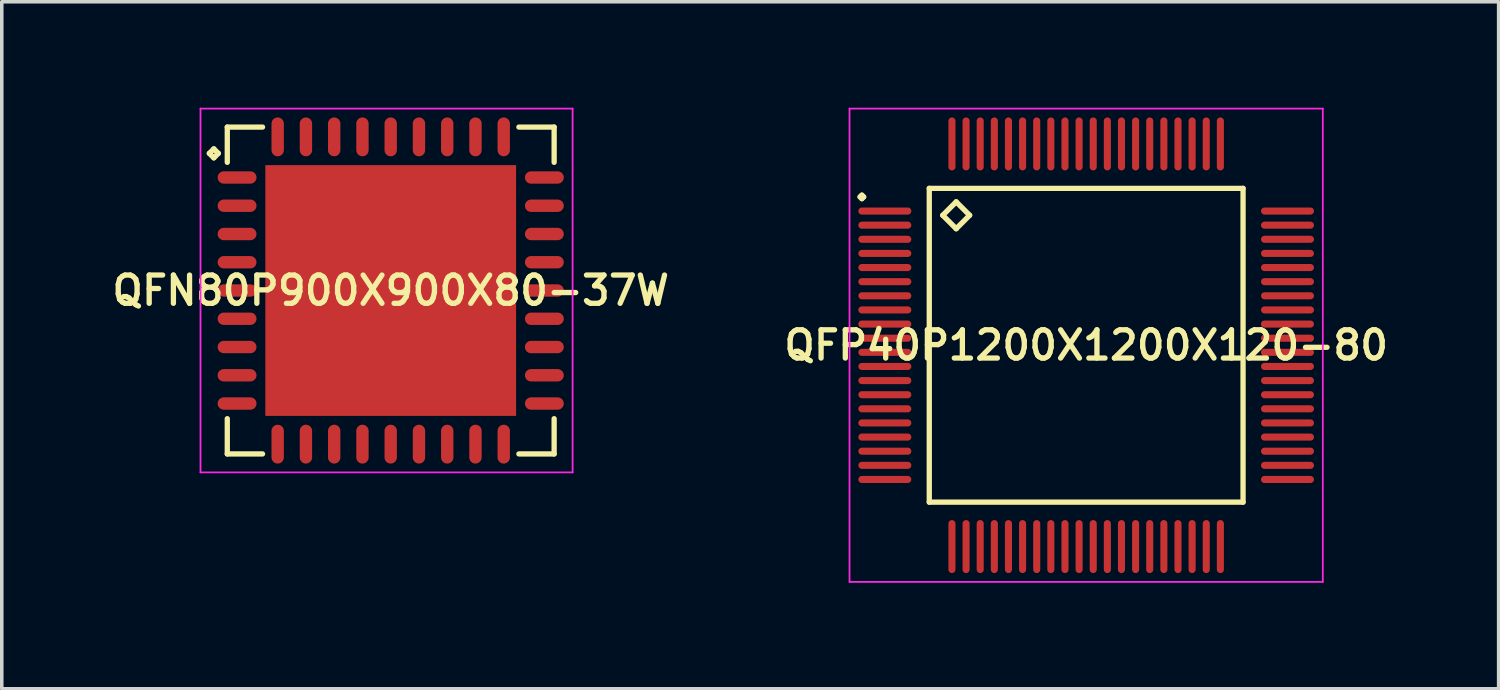
<source format=kicad_pcb>
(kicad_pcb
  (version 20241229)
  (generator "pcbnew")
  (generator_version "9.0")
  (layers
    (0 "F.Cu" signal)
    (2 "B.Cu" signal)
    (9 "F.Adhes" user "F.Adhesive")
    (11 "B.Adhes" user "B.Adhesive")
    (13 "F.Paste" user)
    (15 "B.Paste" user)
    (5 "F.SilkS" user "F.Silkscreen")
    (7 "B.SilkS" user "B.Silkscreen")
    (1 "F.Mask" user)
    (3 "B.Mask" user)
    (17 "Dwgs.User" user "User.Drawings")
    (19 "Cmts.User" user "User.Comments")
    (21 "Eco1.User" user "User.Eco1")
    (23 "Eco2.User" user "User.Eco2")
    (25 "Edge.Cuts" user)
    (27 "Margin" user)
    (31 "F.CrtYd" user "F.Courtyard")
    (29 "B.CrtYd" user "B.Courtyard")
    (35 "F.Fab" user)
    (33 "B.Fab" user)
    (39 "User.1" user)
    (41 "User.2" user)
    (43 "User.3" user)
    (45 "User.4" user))
  (footprint "QFN80P900X900X80-37W"
    (layer "F.Cu")
    (at 8.012 5.175)
    (property "Reference" "QFN80P900X900X80-37W" (at 0 0 0) (layer "F.SilkS") (effects (font (size 0.8 0.8) (thickness 0.15))))
    (attr smd)
    (fp_line (start -5.135 -3.883) (end -5.008 -4.01) (stroke (width 0.15) (type solid)) (layer "F.SilkS"))
    (fp_line (start -5.008 -4.01) (end -4.881 -3.883) (stroke (width 0.15) (type solid)) (layer "F.SilkS"))
    (fp_line (start -5.008 -3.756) (end -5.135 -3.883) (stroke (width 0.15) (type solid)) (layer "F.SilkS"))
    (fp_line (start -4.881 -3.883) (end -5.008 -3.756) (stroke (width 0.15) (type solid)) (layer "F.SilkS"))
    (fp_line (start -4.627 -4.627) (end -3.629 -4.627) (stroke (width 0.15) (type solid)) (layer "F.SilkS"))
    (fp_line (start -4.627 -3.629) (end -4.627 -4.627) (stroke (width 0.15) (type solid)) (layer "F.SilkS"))
    (fp_line (start -4.627 3.629) (end -4.627 4.627) (stroke (width 0.15) (type solid)) (layer "F.SilkS"))
    (fp_line (start -4.627 4.627) (end -3.629 4.627) (stroke (width 0.15) (type solid)) (layer "F.SilkS"))
    (fp_line (start 3.629 -4.627) (end 4.627 -4.627) (stroke (width 0.15) (type solid)) (layer "F.SilkS"))
    (fp_line (start 3.629 4.627) (end 4.627 4.627) (stroke (width 0.15) (type solid)) (layer "F.SilkS"))
    (fp_line (start 4.627 -4.627) (end 4.627 -3.629) (stroke (width 0.15) (type solid)) (layer "F.SilkS"))
    (fp_line (start 4.627 4.627) (end 4.627 3.629) (stroke (width 0.15) (type solid)) (layer "F.SilkS"))
    (fp_line (start -5.385 -5.15) (end 5.15 -5.15) (stroke (width 0.05) (type solid)) (layer "F.CrtYd"))
    (fp_line (start -5.385 5.15) (end -5.385 -5.15) (stroke (width 0.05) (type solid)) (layer "F.CrtYd"))
    (fp_line (start 5.15 -5.15) (end 5.15 5.15) (stroke (width 0.05) (type solid)) (layer "F.CrtYd"))
    (fp_line (start 5.15 5.15) (end -5.385 5.15) (stroke (width 0.05) (type solid)) (layer "F.CrtYd"))
    (pad "1" smd oval (at -4.35 -3.2) (size 1.1 0.35) (layers "F.Cu" "F.Mask" "F.Paste"))
    (pad "2" smd oval (at -4.35 -2.4) (size 1.1 0.35) (layers "F.Cu" "F.Mask" "F.Paste"))
    (pad "3" smd oval (at -4.35 -1.6) (size 1.1 0.35) (layers "F.Cu" "F.Mask" "F.Paste"))
    (pad "4" smd oval (at -4.35 -0.8) (size 1.1 0.35) (layers "F.Cu" "F.Mask" "F.Paste"))
    (pad "5" smd oval (at -4.35 0) (size 1.1 0.35) (layers "F.Cu" "F.Mask" "F.Paste"))
    (pad "6" smd oval (at -4.35 0.8) (size 1.1 0.35) (layers "F.Cu" "F.Mask" "F.Paste"))
    (pad "7" smd oval (at -4.35 1.6) (size 1.1 0.35) (layers "F.Cu" "F.Mask" "F.Paste"))
    (pad "8" smd oval (at -4.35 2.4) (size 1.1 0.35) (layers "F.Cu" "F.Mask" "F.Paste"))
    (pad "9" smd oval (at -4.35 3.2) (size 1.1 0.35) (layers "F.Cu" "F.Mask" "F.Paste"))
    (pad "10" smd oval (at -3.2 4.35) (size 0.35 1.1) (layers "F.Cu" "F.Mask" "F.Paste"))
    (pad "11" smd oval (at -2.4 4.35) (size 0.35 1.1) (layers "F.Cu" "F.Mask" "F.Paste"))
    (pad "12" smd oval (at -1.6 4.35) (size 0.35 1.1) (layers "F.Cu" "F.Mask" "F.Paste"))
    (pad "13" smd oval (at -0.8 4.35) (size 0.35 1.1) (layers "F.Cu" "F.Mask" "F.Paste"))
    (pad "14" smd oval (at 0 4.35) (size 0.35 1.1) (layers "F.Cu" "F.Mask" "F.Paste"))
    (pad "15" smd oval (at 0.8 4.35) (size 0.35 1.1) (layers "F.Cu" "F.Mask" "F.Paste"))
    (pad "16" smd oval (at 1.6 4.35) (size 0.35 1.1) (layers "F.Cu" "F.Mask" "F.Paste"))
    (pad "17" smd oval (at 2.4 4.35) (size 0.35 1.1) (layers "F.Cu" "F.Mask" "F.Paste"))
    (pad "18" smd oval (at 3.2 4.35) (size 0.35 1.1) (layers "F.Cu" "F.Mask" "F.Paste"))
    (pad "19" smd oval (at 4.35 3.2) (size 1.1 0.35) (layers "F.Cu" "F.Mask" "F.Paste"))
    (pad "20" smd oval (at 4.35 2.4) (size 1.1 0.35) (layers "F.Cu" "F.Mask" "F.Paste"))
    (pad "21" smd oval (at 4.35 1.6) (size 1.1 0.35) (layers "F.Cu" "F.Mask" "F.Paste"))
    (pad "22" smd oval (at 4.35 0.8) (size 1.1 0.35) (layers "F.Cu" "F.Mask" "F.Paste"))
    (pad "23" smd oval (at 4.35 0) (size 1.1 0.35) (layers "F.Cu" "F.Mask" "F.Paste"))
    (pad "24" smd oval (at 4.35 -0.8) (size 1.1 0.35) (layers "F.Cu" "F.Mask" "F.Paste"))
    (pad "25" smd oval (at 4.35 -1.6) (size 1.1 0.35) (layers "F.Cu" "F.Mask" "F.Paste"))
    (pad "26" smd oval (at 4.35 -2.4) (size 1.1 0.35) (layers "F.Cu" "F.Mask" "F.Paste"))
    (pad "27" smd oval (at 4.35 -3.2) (size 1.1 0.35) (layers "F.Cu" "F.Mask" "F.Paste"))
    (pad "28" smd oval (at 3.2 -4.35) (size 0.35 1.1) (layers "F.Cu" "F.Mask" "F.Paste"))
    (pad "29" smd oval (at 2.4 -4.35) (size 0.35 1.1) (layers "F.Cu" "F.Mask" "F.Paste"))
    (pad "30" smd oval (at 1.6 -4.35) (size 0.35 1.1) (layers "F.Cu" "F.Mask" "F.Paste"))
    (pad "31" smd oval (at 0.8 -4.35) (size 0.35 1.1) (layers "F.Cu" "F.Mask" "F.Paste"))
    (pad "32" smd oval (at 0 -4.35) (size 0.35 1.1) (layers "F.Cu" "F.Mask" "F.Paste"))
    (pad "33" smd oval (at -0.8 -4.35) (size 0.35 1.1) (layers "F.Cu" "F.Mask" "F.Paste"))
    (pad "34" smd oval (at -1.6 -4.35) (size 0.35 1.1) (layers "F.Cu" "F.Mask" "F.Paste"))
    (pad "35" smd oval (at -2.4 -4.35) (size 0.35 1.1) (layers "F.Cu" "F.Mask" "F.Paste"))
    (pad "36" smd oval (at -3.2 -4.35) (size 0.35 1.1) (layers "F.Cu" "F.Mask" "F.Paste"))
    (pad "37" smd rect (at 0 0) (size 7.1 7.1) (layers "F.Cu" "F.Mask" "F.Paste")))
  (footprint "QFP40P1200X1200X120-80"
    (layer "F.Cu")
    (at 27.702 6.725)
    (property "Reference" "QFP40P1200X1200X120-80" (at 0 0 0) (layer "F.SilkS") (effects (font (size 0.8 0.8) (thickness 0.15))))
    (attr smd)
    (fp_line (start -6.4 -4.2) (end -6.35 -4.25) (stroke (width 0.15) (type solid)) (layer "F.SilkS"))
    (fp_line (start -6.35 -4.25) (end -6.3 -4.2) (stroke (width 0.15) (type solid)) (layer "F.SilkS"))
    (fp_line (start -6.35 -4.15) (end -6.4 -4.2) (stroke (width 0.15) (type solid)) (layer "F.SilkS"))
    (fp_line (start -6.3 -4.2) (end -6.35 -4.15) (stroke (width 0.15) (type solid)) (layer "F.SilkS"))
    (fp_line (start -4.442 -4.442) (end -4.442 4.442) (stroke (width 0.15) (type solid)) (layer "F.SilkS"))
    (fp_line (start -4.442 4.442) (end 4.442 4.442) (stroke (width 0.15) (type solid)) (layer "F.SilkS"))
    (fp_line (start -4.061 -3.68) (end -3.68 -4.061) (stroke (width 0.15) (type solid)) (layer "F.SilkS"))
    (fp_line (start -3.68 -4.061) (end -3.299 -3.68) (stroke (width 0.15) (type solid)) (layer "F.SilkS"))
    (fp_line (start -3.68 -3.299) (end -4.061 -3.68) (stroke (width 0.15) (type solid)) (layer "F.SilkS"))
    (fp_line (start -3.299 -3.68) (end -3.68 -3.299) (stroke (width 0.15) (type solid)) (layer "F.SilkS"))
    (fp_line (start 4.442 -4.442) (end -4.442 -4.442) (stroke (width 0.15) (type solid)) (layer "F.SilkS"))
    (fp_line (start 4.442 4.442) (end 4.442 -4.442) (stroke (width 0.15) (type solid)) (layer "F.SilkS"))
    (fp_line (start -6.7 -6.7) (end 6.7 -6.7) (stroke (width 0.05) (type solid)) (layer "F.CrtYd"))
    (fp_line (start -6.7 6.7) (end -6.7 -6.7) (stroke (width 0.05) (type solid)) (layer "F.CrtYd"))
    (fp_line (start 6.7 -6.7) (end 6.7 6.7) (stroke (width 0.05) (type solid)) (layer "F.CrtYd"))
    (fp_line (start 6.7 6.7) (end -6.7 6.7) (stroke (width 0.05) (type solid)) (layer "F.CrtYd"))
    (pad "1" smd oval (at -5.7 -3.8) (size 1.5 0.2) (layers "F.Cu" "F.Mask" "F.Paste"))
    (pad "2" smd oval (at -5.7 -3.4) (size 1.5 0.2) (layers "F.Cu" "F.Mask" "F.Paste"))
    (pad "3" smd oval (at -5.7 -3) (size 1.5 0.2) (layers "F.Cu" "F.Mask" "F.Paste"))
    (pad "4" smd oval (at -5.7 -2.6) (size 1.5 0.2) (layers "F.Cu" "F.Mask" "F.Paste"))
    (pad "5" smd oval (at -5.7 -2.2) (size 1.5 0.2) (layers "F.Cu" "F.Mask" "F.Paste"))
    (pad "6" smd oval (at -5.7 -1.8) (size 1.5 0.2) (layers "F.Cu" "F.Mask" "F.Paste"))
    (pad "7" smd oval (at -5.7 -1.4) (size 1.5 0.2) (layers "F.Cu" "F.Mask" "F.Paste"))
    (pad "8" smd oval (at -5.7 -1) (size 1.5 0.2) (layers "F.Cu" "F.Mask" "F.Paste"))
    (pad "9" smd oval (at -5.7 -0.6) (size 1.5 0.2) (layers "F.Cu" "F.Mask" "F.Paste"))
    (pad "10" smd oval (at -5.7 -0.2) (size 1.5 0.2) (layers "F.Cu" "F.Mask" "F.Paste"))
    (pad "11" smd oval (at -5.7 0.2) (size 1.5 0.2) (layers "F.Cu" "F.Mask" "F.Paste"))
    (pad "12" smd oval (at -5.7 0.6) (size 1.5 0.2) (layers "F.Cu" "F.Mask" "F.Paste"))
    (pad "13" smd oval (at -5.7 1) (size 1.5 0.2) (layers "F.Cu" "F.Mask" "F.Paste"))
    (pad "14" smd oval (at -5.7 1.4) (size 1.5 0.2) (layers "F.Cu" "F.Mask" "F.Paste"))
    (pad "15" smd oval (at -5.7 1.8) (size 1.5 0.2) (layers "F.Cu" "F.Mask" "F.Paste"))
    (pad "16" smd oval (at -5.7 2.2) (size 1.5 0.2) (layers "F.Cu" "F.Mask" "F.Paste"))
    (pad "17" smd oval (at -5.7 2.6) (size 1.5 0.2) (layers "F.Cu" "F.Mask" "F.Paste"))
    (pad "18" smd oval (at -5.7 3) (size 1.5 0.2) (layers "F.Cu" "F.Mask" "F.Paste"))
    (pad "19" smd oval (at -5.7 3.4) (size 1.5 0.2) (layers "F.Cu" "F.Mask" "F.Paste"))
    (pad "20" smd oval (at -5.7 3.8) (size 1.5 0.2) (layers "F.Cu" "F.Mask" "F.Paste"))
    (pad "21" smd oval (at -3.8 5.7) (size 0.2 1.5) (layers "F.Cu" "F.Mask" "F.Paste"))
    (pad "22" smd oval (at -3.4 5.7) (size 0.2 1.5) (layers "F.Cu" "F.Mask" "F.Paste"))
    (pad "23" smd oval (at -3 5.7) (size 0.2 1.5) (layers "F.Cu" "F.Mask" "F.Paste"))
    (pad "24" smd oval (at -2.6 5.7) (size 0.2 1.5) (layers "F.Cu" "F.Mask" "F.Paste"))
    (pad "25" smd oval (at -2.2 5.7) (size 0.2 1.5) (layers "F.Cu" "F.Mask" "F.Paste"))
    (pad "26" smd oval (at -1.8 5.7) (size 0.2 1.5) (layers "F.Cu" "F.Mask" "F.Paste"))
    (pad "27" smd oval (at -1.4 5.7) (size 0.2 1.5) (layers "F.Cu" "F.Mask" "F.Paste"))
    (pad "28" smd oval (at -1 5.7) (size 0.2 1.5) (layers "F.Cu" "F.Mask" "F.Paste"))
    (pad "29" smd oval (at -0.6 5.7) (size 0.2 1.5) (layers "F.Cu" "F.Mask" "F.Paste"))
    (pad "30" smd oval (at -0.2 5.7) (size 0.2 1.5) (layers "F.Cu" "F.Mask" "F.Paste"))
    (pad "31" smd oval (at 0.2 5.7) (size 0.2 1.5) (layers "F.Cu" "F.Mask" "F.Paste"))
    (pad "32" smd oval (at 0.6 5.7) (size 0.2 1.5) (layers "F.Cu" "F.Mask" "F.Paste"))
    (pad "33" smd oval (at 1 5.7) (size 0.2 1.5) (layers "F.Cu" "F.Mask" "F.Paste"))
    (pad "34" smd oval (at 1.4 5.7) (size 0.2 1.5) (layers "F.Cu" "F.Mask" "F.Paste"))
    (pad "35" smd oval (at 1.8 5.7) (size 0.2 1.5) (layers "F.Cu" "F.Mask" "F.Paste"))
    (pad "36" smd oval (at 2.2 5.7) (size 0.2 1.5) (layers "F.Cu" "F.Mask" "F.Paste"))
    (pad "37" smd oval (at 2.6 5.7) (size 0.2 1.5) (layers "F.Cu" "F.Mask" "F.Paste"))
    (pad "38" smd oval (at 3 5.7) (size 0.2 1.5) (layers "F.Cu" "F.Mask" "F.Paste"))
    (pad "39" smd oval (at 3.4 5.7) (size 0.2 1.5) (layers "F.Cu" "F.Mask" "F.Paste"))
    (pad "40" smd oval (at 3.8 5.7) (size 0.2 1.5) (layers "F.Cu" "F.Mask" "F.Paste"))
    (pad "41" smd oval (at 5.7 3.8) (size 1.5 0.2) (layers "F.Cu" "F.Mask" "F.Paste"))
    (pad "42" smd oval (at 5.7 3.4) (size 1.5 0.2) (layers "F.Cu" "F.Mask" "F.Paste"))
    (pad "43" smd oval (at 5.7 3) (size 1.5 0.2) (layers "F.Cu" "F.Mask" "F.Paste"))
    (pad "44" smd oval (at 5.7 2.6) (size 1.5 0.2) (layers "F.Cu" "F.Mask" "F.Paste"))
    (pad "45" smd oval (at 5.7 2.2) (size 1.5 0.2) (layers "F.Cu" "F.Mask" "F.Paste"))
    (pad "46" smd oval (at 5.7 1.8) (size 1.5 0.2) (layers "F.Cu" "F.Mask" "F.Paste"))
    (pad "47" smd oval (at 5.7 1.4) (size 1.5 0.2) (layers "F.Cu" "F.Mask" "F.Paste"))
    (pad "48" smd oval (at 5.7 1) (size 1.5 0.2) (layers "F.Cu" "F.Mask" "F.Paste"))
    (pad "49" smd oval (at 5.7 0.6) (size 1.5 0.2) (layers "F.Cu" "F.Mask" "F.Paste"))
    (pad "50" smd oval (at 5.7 0.2) (size 1.5 0.2) (layers "F.Cu" "F.Mask" "F.Paste"))
    (pad "51" smd oval (at 5.7 -0.2) (size 1.5 0.2) (layers "F.Cu" "F.Mask" "F.Paste"))
    (pad "52" smd oval (at 5.7 -0.6) (size 1.5 0.2) (layers "F.Cu" "F.Mask" "F.Paste"))
    (pad "53" smd oval (at 5.7 -1) (size 1.5 0.2) (layers "F.Cu" "F.Mask" "F.Paste"))
    (pad "54" smd oval (at 5.7 -1.4) (size 1.5 0.2) (layers "F.Cu" "F.Mask" "F.Paste"))
    (pad "55" smd oval (at 5.7 -1.8) (size 1.5 0.2) (layers "F.Cu" "F.Mask" "F.Paste"))
    (pad "56" smd oval (at 5.7 -2.2) (size 1.5 0.2) (layers "F.Cu" "F.Mask" "F.Paste"))
    (pad "57" smd oval (at 5.7 -2.6) (size 1.5 0.2) (layers "F.Cu" "F.Mask" "F.Paste"))
    (pad "58" smd oval (at 5.7 -3) (size 1.5 0.2) (layers "F.Cu" "F.Mask" "F.Paste"))
    (pad "59" smd oval (at 5.7 -3.4) (size 1.5 0.2) (layers "F.Cu" "F.Mask" "F.Paste"))
    (pad "60" smd oval (at 5.7 -3.8) (size 1.5 0.2) (layers "F.Cu" "F.Mask" "F.Paste"))
    (pad "61" smd oval (at 3.8 -5.7) (size 0.2 1.5) (layers "F.Cu" "F.Mask" "F.Paste"))
    (pad "62" smd oval (at 3.4 -5.7) (size 0.2 1.5) (layers "F.Cu" "F.Mask" "F.Paste"))
    (pad "63" smd oval (at 3 -5.7) (size 0.2 1.5) (layers "F.Cu" "F.Mask" "F.Paste"))
    (pad "64" smd oval (at 2.6 -5.7) (size 0.2 1.5) (layers "F.Cu" "F.Mask" "F.Paste"))
    (pad "65" smd oval (at 2.2 -5.7) (size 0.2 1.5) (layers "F.Cu" "F.Mask" "F.Paste"))
    (pad "66" smd oval (at 1.8 -5.7) (size 0.2 1.5) (layers "F.Cu" "F.Mask" "F.Paste"))
    (pad "67" smd oval (at 1.4 -5.7) (size 0.2 1.5) (layers "F.Cu" "F.Mask" "F.Paste"))
    (pad "68" smd oval (at 1 -5.7) (size 0.2 1.5) (layers "F.Cu" "F.Mask" "F.Paste"))
    (pad "69" smd oval (at 0.6 -5.7) (size 0.2 1.5) (layers "F.Cu" "F.Mask" "F.Paste"))
    (pad "70" smd oval (at 0.2 -5.7) (size 0.2 1.5) (layers "F.Cu" "F.Mask" "F.Paste"))
    (pad "71" smd oval (at -0.2 -5.7) (size 0.2 1.5) (layers "F.Cu" "F.Mask" "F.Paste"))
    (pad "72" smd oval (at -0.6 -5.7) (size 0.2 1.5) (layers "F.Cu" "F.Mask" "F.Paste"))
    (pad "73" smd oval (at -1 -5.7) (size 0.2 1.5) (layers "F.Cu" "F.Mask" "F.Paste"))
    (pad "74" smd oval (at -1.4 -5.7) (size 0.2 1.5) (layers "F.Cu" "F.Mask" "F.Paste"))
    (pad "75" smd oval (at -1.8 -5.7) (size 0.2 1.5) (layers "F.Cu" "F.Mask" "F.Paste"))
    (pad "76" smd oval (at -2.2 -5.7) (size 0.2 1.5) (layers "F.Cu" "F.Mask" "F.Paste"))
    (pad "77" smd oval (at -2.6 -5.7) (size 0.2 1.5) (layers "F.Cu" "F.Mask" "F.Paste"))
    (pad "78" smd oval (at -3 -5.7) (size 0.2 1.5) (layers "F.Cu" "F.Mask" "F.Paste"))
    (pad "79" smd oval (at -3.4 -5.7) (size 0.2 1.5) (layers "F.Cu" "F.Mask" "F.Paste"))
    (pad "80" smd oval (at -3.8 -5.7) (size 0.2 1.5) (layers "F.Cu" "F.Mask" "F.Paste")))
  (gr_rect
    (start -3 -3)
    (end 39.38 16.45)
    (stroke (width 0.1) (type default))
    (fill no)
    (layer "Edge.Cuts")))
</source>
